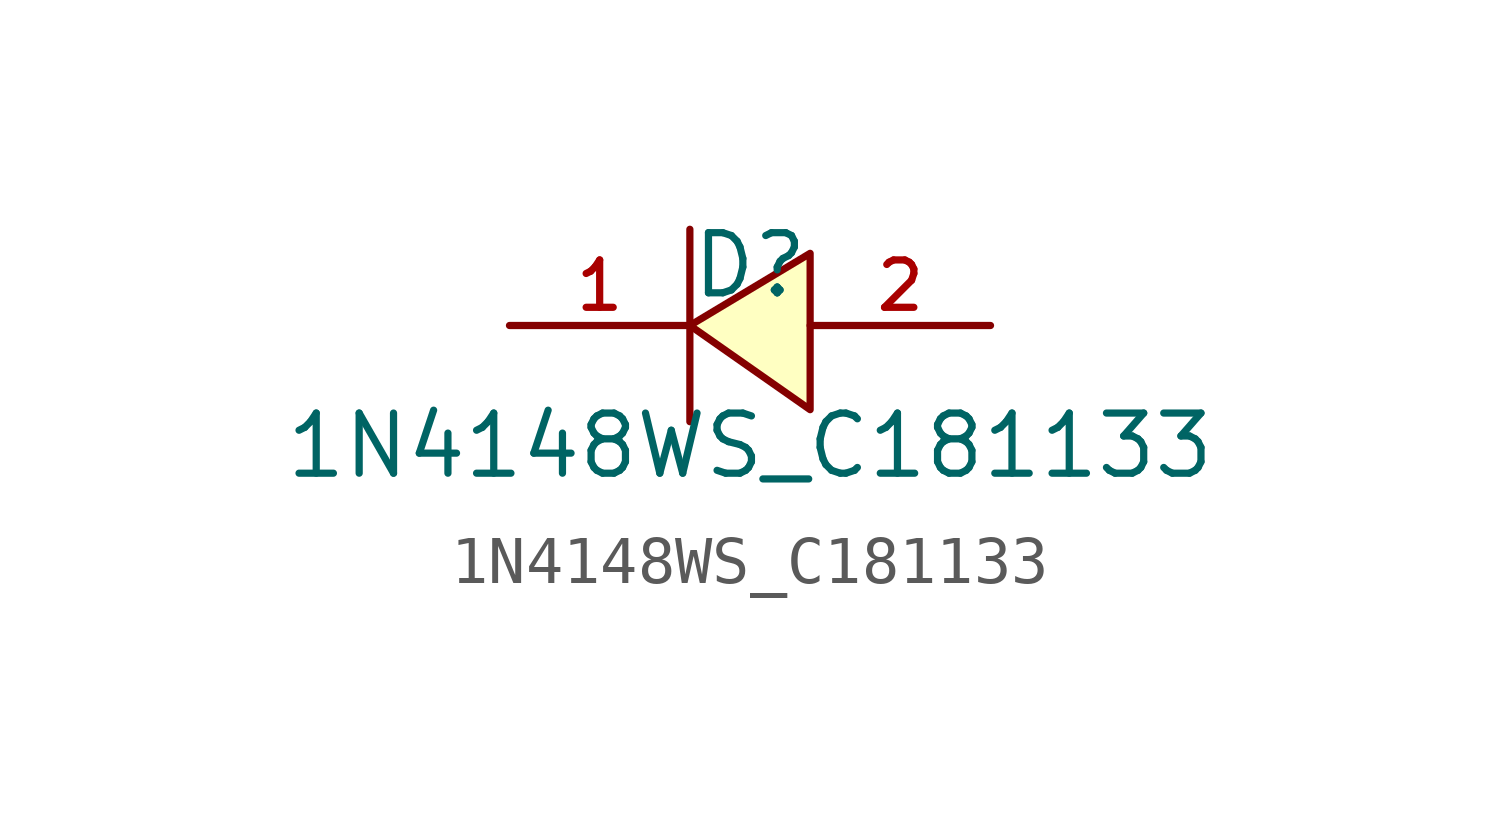
<source format=kicad_sym>
(kicad_symbol_lib
  (version 20210201)
  (generator TousstNicolas/JLC2KiCad_lib)
  (symbol "1N4148WS_C181133"
    (pin_names hide)
    (property "Reference" "D"
      (at 0 1.27 0)
      (effects (font (size 1.27 1.27))))
    (property "Value" "1N4148WS_C181133"
      (at 0 -2.54 0)
      (effects (font (size 1.27 1.27))))
    (symbol "1N4148WS_C181133_0_1"
      (pin unspecified line (at 5.08 -0.0 180) (length 3.81) (name "A" (effects (font (size 1 1)))) (number "2" (effects (font (size 1 1)))))
      (pin unspecified line (at -5.08 -0.0 0) (length 3.81) (name "C" (effects (font (size 1 1)))) (number "1" (effects (font (size 1 1)))))
      (polyline (pts (xy -1.27 -2.032) (xy -1.27 2.032)) (stroke (width 0) (type default) (color 0 0 0 0)) (fill (type none)))
      (polyline (pts (xy 1.27 1.524) (xy -1.27 -0.0) (xy 1.27 -1.778) (xy 1.27 1.524)) (stroke (width 0) (type default) (color 0 0 0 0)) (fill (type background))))))
</source>
